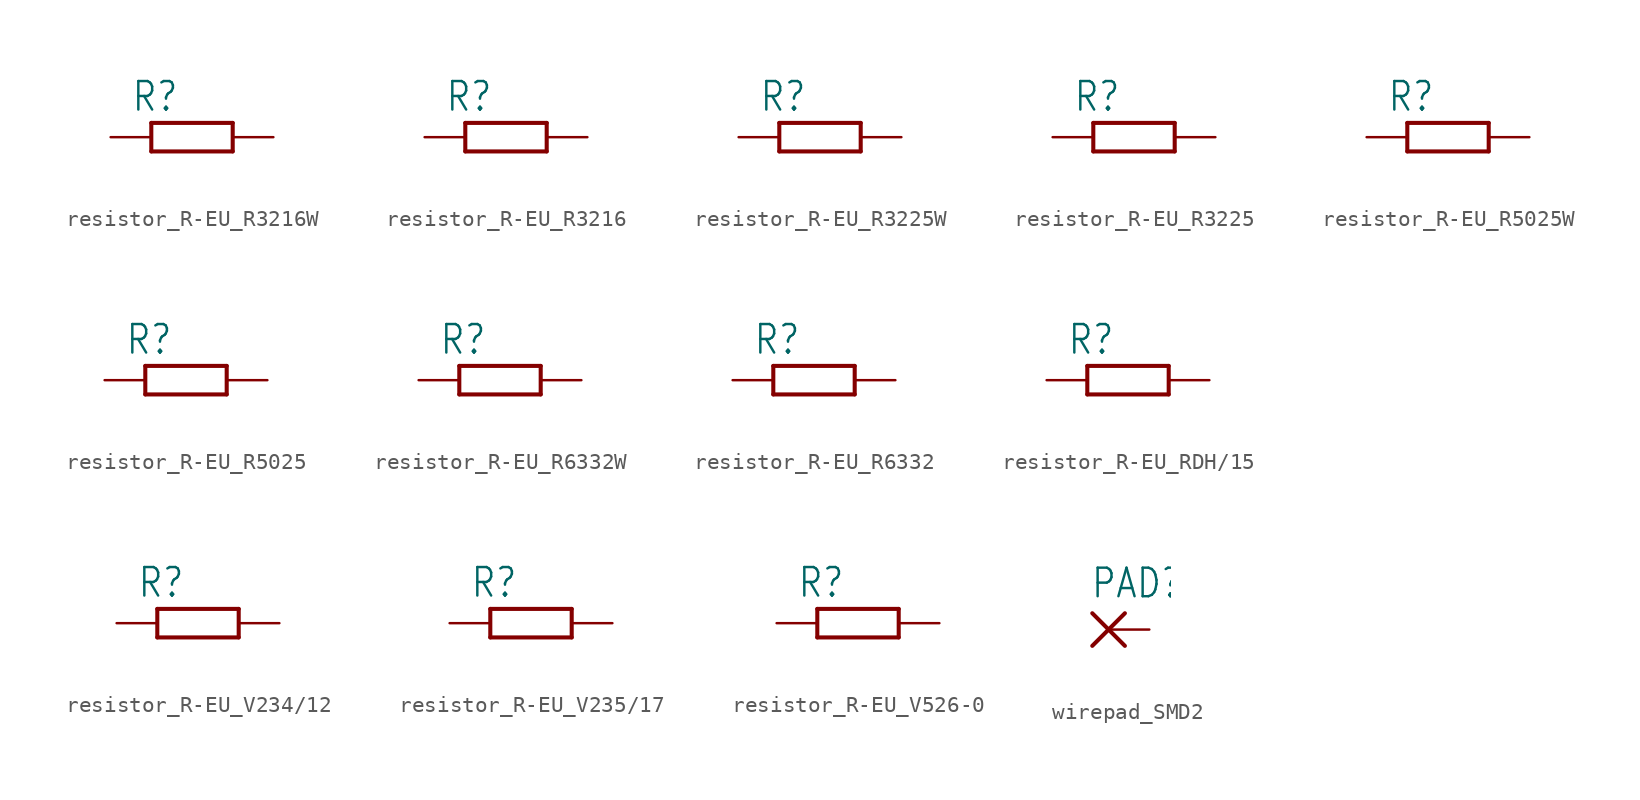
<source format=kicad_sym>
(kicad_symbol_lib
  (version 20241209)
  (generator "kicad_symbol_editor")
  (generator_version "9.0")
  (symbol "resistor_R-EU_R3216W"
    (property "Reference" "R"
      (at -3.81 1.499 0)
      (effects (font (size 1.778 1.511)) (justify left bottom)))
    (property "Value" ""
      (at -3.81 -3.302 0)
      (effects (font (size 1.778 1.511)) (justify left bottom)))
    (property "ki_locked" ""
      (at 0 0 0)
      (effects (font (size 1.27 1.27))))
    (symbol "resistor_R-EU_R3216W_1_0"
      (polyline (pts (xy -2.54 -0.889) (xy -2.54 0.889)) (stroke (width 0.254) (type solid)) (fill (type none)))
      (polyline (pts (xy -2.54 -0.889) (xy 2.54 -0.889)) (stroke (width 0.254) (type solid)) (fill (type none)))
      (polyline (pts (xy 2.54 0.889) (xy -2.54 0.889)) (stroke (width 0.254) (type solid)) (fill (type none)))
      (polyline (pts (xy 2.54 -0.889) (xy 2.54 0.889)) (stroke (width 0.254) (type solid)) (fill (type none)))
      (pin passive line (at -5.08 0 0) (length 2.54) (name "1" (effects (font (size 0 0)))) (number "1" (effects (font (size 0 0)))))
      (pin passive line (at 5.08 0 180) (length 2.54) (name "2" (effects (font (size 0 0)))) (number "2" (effects (font (size 0 0)))))))
  (symbol "resistor_R-EU_R3216"
    (property "Reference" "R"
      (at -3.81 1.499 0)
      (effects (font (size 1.778 1.511)) (justify left bottom)))
    (property "Value" ""
      (at -3.81 -3.302 0)
      (effects (font (size 1.778 1.511)) (justify left bottom)))
    (property "ki_locked" ""
      (at 0 0 0)
      (effects (font (size 1.27 1.27))))
    (symbol "resistor_R-EU_R3216_1_0"
      (polyline (pts (xy -2.54 -0.889) (xy -2.54 0.889)) (stroke (width 0.254) (type solid)) (fill (type none)))
      (polyline (pts (xy -2.54 -0.889) (xy 2.54 -0.889)) (stroke (width 0.254) (type solid)) (fill (type none)))
      (polyline (pts (xy 2.54 0.889) (xy -2.54 0.889)) (stroke (width 0.254) (type solid)) (fill (type none)))
      (polyline (pts (xy 2.54 -0.889) (xy 2.54 0.889)) (stroke (width 0.254) (type solid)) (fill (type none)))
      (pin passive line (at -5.08 0 0) (length 2.54) (name "1" (effects (font (size 0 0)))) (number "1" (effects (font (size 0 0)))))
      (pin passive line (at 5.08 0 180) (length 2.54) (name "2" (effects (font (size 0 0)))) (number "2" (effects (font (size 0 0)))))))
  (symbol "resistor_R-EU_R3225W"
    (property "Reference" "R"
      (at -3.81 1.499 0)
      (effects (font (size 1.778 1.511)) (justify left bottom)))
    (property "Value" ""
      (at -3.81 -3.302 0)
      (effects (font (size 1.778 1.511)) (justify left bottom)))
    (property "ki_locked" ""
      (at 0 0 0)
      (effects (font (size 1.27 1.27))))
    (symbol "resistor_R-EU_R3225W_1_0"
      (polyline (pts (xy -2.54 -0.889) (xy -2.54 0.889)) (stroke (width 0.254) (type solid)) (fill (type none)))
      (polyline (pts (xy -2.54 -0.889) (xy 2.54 -0.889)) (stroke (width 0.254) (type solid)) (fill (type none)))
      (polyline (pts (xy 2.54 0.889) (xy -2.54 0.889)) (stroke (width 0.254) (type solid)) (fill (type none)))
      (polyline (pts (xy 2.54 -0.889) (xy 2.54 0.889)) (stroke (width 0.254) (type solid)) (fill (type none)))
      (pin passive line (at -5.08 0 0) (length 2.54) (name "1" (effects (font (size 0 0)))) (number "1" (effects (font (size 0 0)))))
      (pin passive line (at 5.08 0 180) (length 2.54) (name "2" (effects (font (size 0 0)))) (number "2" (effects (font (size 0 0)))))))
  (symbol "resistor_R-EU_R3225"
    (property "Reference" "R"
      (at -3.81 1.499 0)
      (effects (font (size 1.778 1.511)) (justify left bottom)))
    (property "Value" ""
      (at -3.81 -3.302 0)
      (effects (font (size 1.778 1.511)) (justify left bottom)))
    (property "ki_locked" ""
      (at 0 0 0)
      (effects (font (size 1.27 1.27))))
    (symbol "resistor_R-EU_R3225_1_0"
      (polyline (pts (xy -2.54 -0.889) (xy -2.54 0.889)) (stroke (width 0.254) (type solid)) (fill (type none)))
      (polyline (pts (xy -2.54 -0.889) (xy 2.54 -0.889)) (stroke (width 0.254) (type solid)) (fill (type none)))
      (polyline (pts (xy 2.54 0.889) (xy -2.54 0.889)) (stroke (width 0.254) (type solid)) (fill (type none)))
      (polyline (pts (xy 2.54 -0.889) (xy 2.54 0.889)) (stroke (width 0.254) (type solid)) (fill (type none)))
      (pin passive line (at -5.08 0 0) (length 2.54) (name "1" (effects (font (size 0 0)))) (number "1" (effects (font (size 0 0)))))
      (pin passive line (at 5.08 0 180) (length 2.54) (name "2" (effects (font (size 0 0)))) (number "2" (effects (font (size 0 0)))))))
  (symbol "resistor_R-EU_R5025W"
    (property "Reference" "R"
      (at -3.81 1.499 0)
      (effects (font (size 1.778 1.511)) (justify left bottom)))
    (property "Value" ""
      (at -3.81 -3.302 0)
      (effects (font (size 1.778 1.511)) (justify left bottom)))
    (property "ki_locked" ""
      (at 0 0 0)
      (effects (font (size 1.27 1.27))))
    (symbol "resistor_R-EU_R5025W_1_0"
      (polyline (pts (xy -2.54 -0.889) (xy -2.54 0.889)) (stroke (width 0.254) (type solid)) (fill (type none)))
      (polyline (pts (xy -2.54 -0.889) (xy 2.54 -0.889)) (stroke (width 0.254) (type solid)) (fill (type none)))
      (polyline (pts (xy 2.54 0.889) (xy -2.54 0.889)) (stroke (width 0.254) (type solid)) (fill (type none)))
      (polyline (pts (xy 2.54 -0.889) (xy 2.54 0.889)) (stroke (width 0.254) (type solid)) (fill (type none)))
      (pin passive line (at -5.08 0 0) (length 2.54) (name "1" (effects (font (size 0 0)))) (number "1" (effects (font (size 0 0)))))
      (pin passive line (at 5.08 0 180) (length 2.54) (name "2" (effects (font (size 0 0)))) (number "2" (effects (font (size 0 0)))))))
  (symbol "resistor_R-EU_R5025"
    (property "Reference" "R"
      (at -3.81 1.499 0)
      (effects (font (size 1.778 1.511)) (justify left bottom)))
    (property "Value" ""
      (at -3.81 -3.302 0)
      (effects (font (size 1.778 1.511)) (justify left bottom)))
    (property "ki_locked" ""
      (at 0 0 0)
      (effects (font (size 1.27 1.27))))
    (symbol "resistor_R-EU_R5025_1_0"
      (polyline (pts (xy -2.54 -0.889) (xy -2.54 0.889)) (stroke (width 0.254) (type solid)) (fill (type none)))
      (polyline (pts (xy -2.54 -0.889) (xy 2.54 -0.889)) (stroke (width 0.254) (type solid)) (fill (type none)))
      (polyline (pts (xy 2.54 0.889) (xy -2.54 0.889)) (stroke (width 0.254) (type solid)) (fill (type none)))
      (polyline (pts (xy 2.54 -0.889) (xy 2.54 0.889)) (stroke (width 0.254) (type solid)) (fill (type none)))
      (pin passive line (at -5.08 0 0) (length 2.54) (name "1" (effects (font (size 0 0)))) (number "1" (effects (font (size 0 0)))))
      (pin passive line (at 5.08 0 180) (length 2.54) (name "2" (effects (font (size 0 0)))) (number "2" (effects (font (size 0 0)))))))
  (symbol "resistor_R-EU_R6332W"
    (property "Reference" "R"
      (at -3.81 1.499 0)
      (effects (font (size 1.778 1.511)) (justify left bottom)))
    (property "Value" ""
      (at -3.81 -3.302 0)
      (effects (font (size 1.778 1.511)) (justify left bottom)))
    (property "ki_locked" ""
      (at 0 0 0)
      (effects (font (size 1.27 1.27))))
    (symbol "resistor_R-EU_R6332W_1_0"
      (polyline (pts (xy -2.54 -0.889) (xy -2.54 0.889)) (stroke (width 0.254) (type solid)) (fill (type none)))
      (polyline (pts (xy -2.54 -0.889) (xy 2.54 -0.889)) (stroke (width 0.254) (type solid)) (fill (type none)))
      (polyline (pts (xy 2.54 0.889) (xy -2.54 0.889)) (stroke (width 0.254) (type solid)) (fill (type none)))
      (polyline (pts (xy 2.54 -0.889) (xy 2.54 0.889)) (stroke (width 0.254) (type solid)) (fill (type none)))
      (pin passive line (at -5.08 0 0) (length 2.54) (name "1" (effects (font (size 0 0)))) (number "1" (effects (font (size 0 0)))))
      (pin passive line (at 5.08 0 180) (length 2.54) (name "2" (effects (font (size 0 0)))) (number "2" (effects (font (size 0 0)))))))
  (symbol "resistor_R-EU_R6332"
    (property "Reference" "R"
      (at -3.81 1.499 0)
      (effects (font (size 1.778 1.511)) (justify left bottom)))
    (property "Value" ""
      (at -3.81 -3.302 0)
      (effects (font (size 1.778 1.511)) (justify left bottom)))
    (property "ki_locked" ""
      (at 0 0 0)
      (effects (font (size 1.27 1.27))))
    (symbol "resistor_R-EU_R6332_1_0"
      (polyline (pts (xy -2.54 -0.889) (xy -2.54 0.889)) (stroke (width 0.254) (type solid)) (fill (type none)))
      (polyline (pts (xy -2.54 -0.889) (xy 2.54 -0.889)) (stroke (width 0.254) (type solid)) (fill (type none)))
      (polyline (pts (xy 2.54 0.889) (xy -2.54 0.889)) (stroke (width 0.254) (type solid)) (fill (type none)))
      (polyline (pts (xy 2.54 -0.889) (xy 2.54 0.889)) (stroke (width 0.254) (type solid)) (fill (type none)))
      (pin passive line (at -5.08 0 0) (length 2.54) (name "1" (effects (font (size 0 0)))) (number "1" (effects (font (size 0 0)))))
      (pin passive line (at 5.08 0 180) (length 2.54) (name "2" (effects (font (size 0 0)))) (number "2" (effects (font (size 0 0)))))))
  (symbol "resistor_R-EU_RDH/15"
    (property "Reference" "R"
      (at -3.81 1.499 0)
      (effects (font (size 1.778 1.511)) (justify left bottom)))
    (property "Value" ""
      (at -3.81 -3.302 0)
      (effects (font (size 1.778 1.511)) (justify left bottom)))
    (property "ki_locked" ""
      (at 0 0 0)
      (effects (font (size 1.27 1.27))))
    (symbol "resistor_R-EU_RDH/15_1_0"
      (polyline (pts (xy -2.54 -0.889) (xy -2.54 0.889)) (stroke (width 0.254) (type solid)) (fill (type none)))
      (polyline (pts (xy -2.54 -0.889) (xy 2.54 -0.889)) (stroke (width 0.254) (type solid)) (fill (type none)))
      (polyline (pts (xy 2.54 0.889) (xy -2.54 0.889)) (stroke (width 0.254) (type solid)) (fill (type none)))
      (polyline (pts (xy 2.54 -0.889) (xy 2.54 0.889)) (stroke (width 0.254) (type solid)) (fill (type none)))
      (pin passive line (at -5.08 0 0) (length 2.54) (name "1" (effects (font (size 0 0)))) (number "1" (effects (font (size 0 0)))))
      (pin passive line (at 5.08 0 180) (length 2.54) (name "2" (effects (font (size 0 0)))) (number "2" (effects (font (size 0 0)))))))
  (symbol "resistor_R-EU_V234/12"
    (property "Reference" "R"
      (at -3.81 1.499 0)
      (effects (font (size 1.778 1.511)) (justify left bottom)))
    (property "Value" ""
      (at -3.81 -3.302 0)
      (effects (font (size 1.778 1.511)) (justify left bottom)))
    (property "ki_locked" ""
      (at 0 0 0)
      (effects (font (size 1.27 1.27))))
    (symbol "resistor_R-EU_V234/12_1_0"
      (polyline (pts (xy -2.54 -0.889) (xy -2.54 0.889)) (stroke (width 0.254) (type solid)) (fill (type none)))
      (polyline (pts (xy -2.54 -0.889) (xy 2.54 -0.889)) (stroke (width 0.254) (type solid)) (fill (type none)))
      (polyline (pts (xy 2.54 0.889) (xy -2.54 0.889)) (stroke (width 0.254) (type solid)) (fill (type none)))
      (polyline (pts (xy 2.54 -0.889) (xy 2.54 0.889)) (stroke (width 0.254) (type solid)) (fill (type none)))
      (pin passive line (at -5.08 0 0) (length 2.54) (name "1" (effects (font (size 0 0)))) (number "1" (effects (font (size 0 0)))))
      (pin passive line (at 5.08 0 180) (length 2.54) (name "2" (effects (font (size 0 0)))) (number "2" (effects (font (size 0 0)))))))
  (symbol "resistor_R-EU_V235/17"
    (property "Reference" "R"
      (at -3.81 1.499 0)
      (effects (font (size 1.778 1.511)) (justify left bottom)))
    (property "Value" ""
      (at -3.81 -3.302 0)
      (effects (font (size 1.778 1.511)) (justify left bottom)))
    (property "ki_locked" ""
      (at 0 0 0)
      (effects (font (size 1.27 1.27))))
    (symbol "resistor_R-EU_V235/17_1_0"
      (polyline (pts (xy -2.54 -0.889) (xy -2.54 0.889)) (stroke (width 0.254) (type solid)) (fill (type none)))
      (polyline (pts (xy -2.54 -0.889) (xy 2.54 -0.889)) (stroke (width 0.254) (type solid)) (fill (type none)))
      (polyline (pts (xy 2.54 0.889) (xy -2.54 0.889)) (stroke (width 0.254) (type solid)) (fill (type none)))
      (polyline (pts (xy 2.54 -0.889) (xy 2.54 0.889)) (stroke (width 0.254) (type solid)) (fill (type none)))
      (pin passive line (at -5.08 0 0) (length 2.54) (name "1" (effects (font (size 0 0)))) (number "1" (effects (font (size 0 0)))))
      (pin passive line (at 5.08 0 180) (length 2.54) (name "2" (effects (font (size 0 0)))) (number "2" (effects (font (size 0 0)))))))
  (symbol "resistor_R-EU_V526-0"
    (property "Reference" "R"
      (at -3.81 1.499 0)
      (effects (font (size 1.778 1.511)) (justify left bottom)))
    (property "Value" ""
      (at -3.81 -3.302 0)
      (effects (font (size 1.778 1.511)) (justify left bottom)))
    (property "ki_locked" ""
      (at 0 0 0)
      (effects (font (size 1.27 1.27))))
    (symbol "resistor_R-EU_V526-0_1_0"
      (polyline (pts (xy -2.54 -0.889) (xy -2.54 0.889)) (stroke (width 0.254) (type solid)) (fill (type none)))
      (polyline (pts (xy -2.54 -0.889) (xy 2.54 -0.889)) (stroke (width 0.254) (type solid)) (fill (type none)))
      (polyline (pts (xy 2.54 0.889) (xy -2.54 0.889)) (stroke (width 0.254) (type solid)) (fill (type none)))
      (polyline (pts (xy 2.54 -0.889) (xy 2.54 0.889)) (stroke (width 0.254) (type solid)) (fill (type none)))
      (pin passive line (at -5.08 0 0) (length 2.54) (name "1" (effects (font (size 0 0)))) (number "1" (effects (font (size 0 0)))))
      (pin passive line (at 5.08 0 180) (length 2.54) (name "2" (effects (font (size 0 0)))) (number "2" (effects (font (size 0 0)))))))
  (symbol "wirepad_SMD2"
    (property "Reference" "PAD"
      (at -1.143 1.854 0)
      (effects (font (size 1.778 1.511)) (justify left bottom)))
    (property "Value" ""
      (at -1.143 -3.302 0)
      (effects (font (size 1.778 1.511)) (justify left bottom)))
    (property "ki_locked" ""
      (at 0 0 0)
      (effects (font (size 1.27 1.27))))
    (symbol "wirepad_SMD2_1_0"
      (polyline (pts (xy -1.016 1.016) (xy 1.016 -1.016)) (stroke (width 0.254) (type solid)) (fill (type none)))
      (polyline (pts (xy -1.016 -1.016) (xy 1.016 1.016)) (stroke (width 0.254) (type solid)) (fill (type none)))
      (pin passive line (at 2.54 0 180) (length 2.54) (name "P" (effects (font (size 0 0)))) (number "1" (effects (font (size 0 0))))))))
</source>
